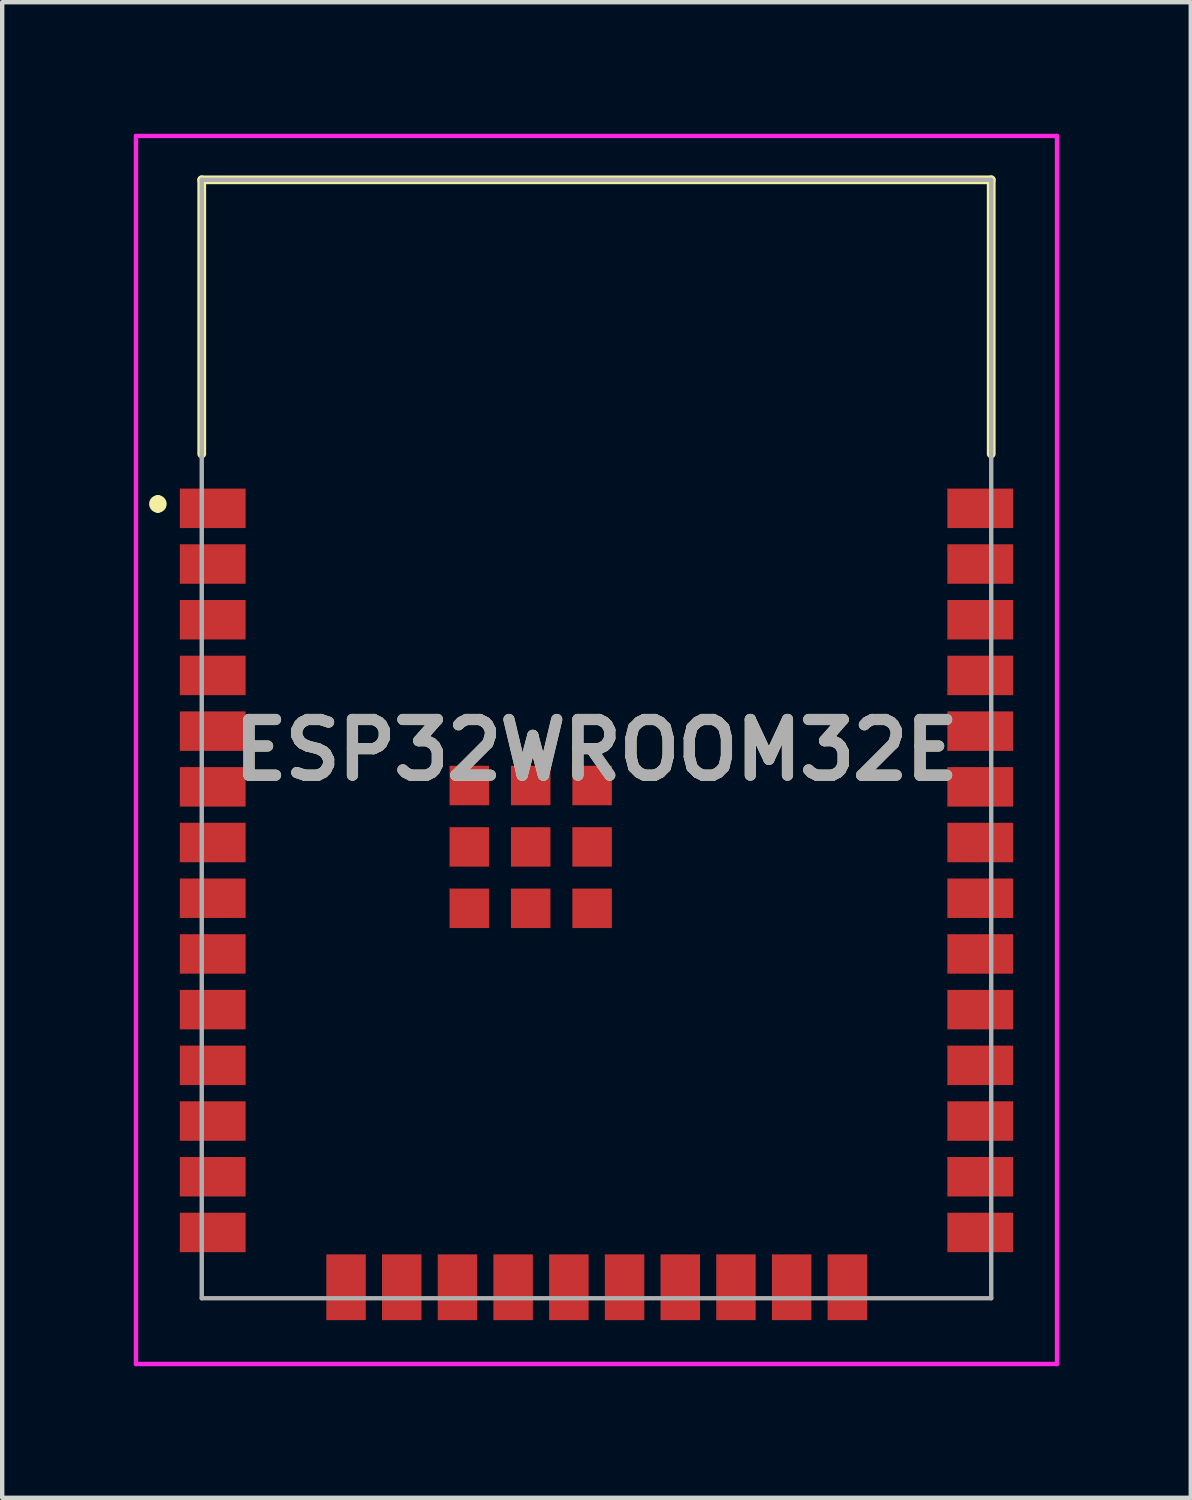
<source format=kicad_pcb>
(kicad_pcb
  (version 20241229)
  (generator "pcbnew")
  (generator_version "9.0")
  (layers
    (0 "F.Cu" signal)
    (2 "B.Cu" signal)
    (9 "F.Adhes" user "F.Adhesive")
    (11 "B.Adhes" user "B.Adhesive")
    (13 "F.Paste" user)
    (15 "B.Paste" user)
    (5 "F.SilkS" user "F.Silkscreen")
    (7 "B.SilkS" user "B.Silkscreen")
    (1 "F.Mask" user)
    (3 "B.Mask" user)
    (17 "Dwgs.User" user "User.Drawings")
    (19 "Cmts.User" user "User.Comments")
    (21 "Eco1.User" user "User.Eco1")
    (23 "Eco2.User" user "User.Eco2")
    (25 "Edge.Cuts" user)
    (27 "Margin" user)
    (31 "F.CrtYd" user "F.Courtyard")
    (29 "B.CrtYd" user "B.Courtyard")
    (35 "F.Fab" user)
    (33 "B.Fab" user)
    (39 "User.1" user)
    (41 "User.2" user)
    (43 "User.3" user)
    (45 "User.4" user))
  (footprint "ESP32WROOM32E"
    (layer "F.Cu")
    (at 1.55 26.55)
    (property "Reference" "ESP32WROOM32E" (at 9 -12.5 0) (layer "F.SilkS") (effects (font (size 1.27 1.27) (thickness 0.254))))
    (attr smd)
    (fp_line (start -1 -18.21) (end -1 -18.21) (stroke (width 0.2) (type solid)) (layer "F.SilkS"))
    (fp_line (start -1 -18.01) (end -1 -18.01) (stroke (width 0.2) (type solid)) (layer "F.SilkS"))
    (fp_line (start 0 -25.5) (end 0 -19.25) (stroke (width 0.2) (type solid)) (layer "F.SilkS"))
    (fp_line (start 18 -25.5) (end 0 -25.5) (stroke (width 0.2) (type solid)) (layer "F.SilkS"))
    (fp_line (start 18 -19.25) (end 18 -25.5) (stroke (width 0.2) (type solid)) (layer "F.SilkS"))
    (fp_arc (start -1 -18.21) (mid -0.9 -18.11) (end -1 -18.01) (stroke (width 0.2) (type solid)) (layer "F.SilkS"))
    (fp_arc (start -1 -18.01) (mid -1.1 -18.11) (end -1 -18.21) (stroke (width 0.2) (type solid)) (layer "F.SilkS"))
    (fp_line (start -1.5 -26.5) (end 19.5 -26.5) (stroke (width 0.1) (type solid)) (layer "F.CrtYd"))
    (fp_line (start -1.5 1.5) (end -1.5 -26.5) (stroke (width 0.1) (type solid)) (layer "F.CrtYd"))
    (fp_line (start 19.5 -26.5) (end 19.5 1.5) (stroke (width 0.1) (type solid)) (layer "F.CrtYd"))
    (fp_line (start 19.5 1.5) (end -1.5 1.5) (stroke (width 0.1) (type solid)) (layer "F.CrtYd"))
    (fp_line (start 0 -25.5) (end 18 -25.5) (stroke (width 0.1) (type solid)) (layer "F.Fab"))
    (fp_line (start 0 0) (end 0 -25.5) (stroke (width 0.1) (type solid)) (layer "F.Fab"))
    (fp_line (start 18 -25.5) (end 18 0) (stroke (width 0.1) (type solid)) (layer "F.Fab"))
    (fp_line (start 18 0) (end 0 0) (stroke (width 0.1) (type solid)) (layer "F.Fab"))
    (fp_text user "${REFERENCE}" (at 9 -12.5 0) (layer "F.Fab") (effects (font (size 1.27 1.27) (thickness 0.254))))
    (pad "1" smd rect (at 0.25 -18.01 90) (size 0.9 1.5) (layers "F.Cu" "F.Mask" "F.Paste"))
    (pad "2" smd rect (at 0.25 -16.74 90) (size 0.9 1.5) (layers "F.Cu" "F.Mask" "F.Paste"))
    (pad "3" smd rect (at 0.25 -15.47 90) (size 0.9 1.5) (layers "F.Cu" "F.Mask" "F.Paste"))
    (pad "4" smd rect (at 0.25 -14.2 90) (size 0.9 1.5) (layers "F.Cu" "F.Mask" "F.Paste"))
    (pad "5" smd rect (at 0.25 -12.93 90) (size 0.9 1.5) (layers "F.Cu" "F.Mask" "F.Paste"))
    (pad "6" smd rect (at 0.25 -11.66 90) (size 0.9 1.5) (layers "F.Cu" "F.Mask" "F.Paste"))
    (pad "7" smd rect (at 0.25 -10.39 90) (size 0.9 1.5) (layers "F.Cu" "F.Mask" "F.Paste"))
    (pad "8" smd rect (at 0.25 -9.12 90) (size 0.9 1.5) (layers "F.Cu" "F.Mask" "F.Paste"))
    (pad "9" smd rect (at 0.25 -7.85 90) (size 0.9 1.5) (layers "F.Cu" "F.Mask" "F.Paste"))
    (pad "10" smd rect (at 0.25 -6.58 90) (size 0.9 1.5) (layers "F.Cu" "F.Mask" "F.Paste"))
    (pad "11" smd rect (at 0.25 -5.31 90) (size 0.9 1.5) (layers "F.Cu" "F.Mask" "F.Paste"))
    (pad "12" smd rect (at 0.25 -4.04 90) (size 0.9 1.5) (layers "F.Cu" "F.Mask" "F.Paste"))
    (pad "13" smd rect (at 0.25 -2.77 90) (size 0.9 1.5) (layers "F.Cu" "F.Mask" "F.Paste"))
    (pad "14" smd rect (at 0.25 -1.5 90) (size 0.9 1.5) (layers "F.Cu" "F.Mask" "F.Paste"))
    (pad "15" smd rect (at 3.29 -0.25) (size 0.9 1.5) (layers "F.Cu" "F.Mask" "F.Paste"))
    (pad "16" smd rect (at 4.56 -0.25) (size 0.9 1.5) (layers "F.Cu" "F.Mask" "F.Paste"))
    (pad "17" smd rect (at 5.83 -0.25) (size 0.9 1.5) (layers "F.Cu" "F.Mask" "F.Paste"))
    (pad "18" smd rect (at 7.1 -0.25) (size 0.9 1.5) (layers "F.Cu" "F.Mask" "F.Paste"))
    (pad "19" smd rect (at 8.37 -0.25) (size 0.9 1.5) (layers "F.Cu" "F.Mask" "F.Paste"))
    (pad "20" smd rect (at 9.64 -0.25) (size 0.9 1.5) (layers "F.Cu" "F.Mask" "F.Paste"))
    (pad "21" smd rect (at 10.91 -0.25) (size 0.9 1.5) (layers "F.Cu" "F.Mask" "F.Paste"))
    (pad "22" smd rect (at 12.18 -0.25) (size 0.9 1.5) (layers "F.Cu" "F.Mask" "F.Paste"))
    (pad "23" smd rect (at 13.45 -0.25) (size 0.9 1.5) (layers "F.Cu" "F.Mask" "F.Paste"))
    (pad "24" smd rect (at 14.72 -0.25) (size 0.9 1.5) (layers "F.Cu" "F.Mask" "F.Paste"))
    (pad "25" smd rect (at 17.75 -1.5 90) (size 0.9 1.5) (layers "F.Cu" "F.Mask" "F.Paste"))
    (pad "26" smd rect (at 17.75 -2.77 90) (size 0.9 1.5) (layers "F.Cu" "F.Mask" "F.Paste"))
    (pad "27" smd rect (at 17.75 -4.04 90) (size 0.9 1.5) (layers "F.Cu" "F.Mask" "F.Paste"))
    (pad "28" smd rect (at 17.75 -5.31 90) (size 0.9 1.5) (layers "F.Cu" "F.Mask" "F.Paste"))
    (pad "29" smd rect (at 17.75 -6.58 90) (size 0.9 1.5) (layers "F.Cu" "F.Mask" "F.Paste"))
    (pad "30" smd rect (at 17.75 -7.85 90) (size 0.9 1.5) (layers "F.Cu" "F.Mask" "F.Paste"))
    (pad "31" smd rect (at 17.75 -9.12 90) (size 0.9 1.5) (layers "F.Cu" "F.Mask" "F.Paste"))
    (pad "32" smd rect (at 17.75 -10.39 90) (size 0.9 1.5) (layers "F.Cu" "F.Mask" "F.Paste"))
    (pad "33" smd rect (at 17.75 -11.66 90) (size 0.9 1.5) (layers "F.Cu" "F.Mask" "F.Paste"))
    (pad "34" smd rect (at 17.75 -12.93 90) (size 0.9 1.5) (layers "F.Cu" "F.Mask" "F.Paste"))
    (pad "35" smd rect (at 17.75 -14.2 90) (size 0.9 1.5) (layers "F.Cu" "F.Mask" "F.Paste"))
    (pad "36" smd rect (at 17.75 -15.47 90) (size 0.9 1.5) (layers "F.Cu" "F.Mask" "F.Paste"))
    (pad "37" smd rect (at 17.75 -16.74 90) (size 0.9 1.5) (layers "F.Cu" "F.Mask" "F.Paste"))
    (pad "38" smd rect (at 17.75 -18.01 90) (size 0.9 1.5) (layers "F.Cu" "F.Mask" "F.Paste"))
    (pad "39" smd rect (at 7.5 -10.29) (size 0.9 0.9) (layers "F.Cu" "F.Mask" "F.Paste"))
    (pad "40" smd rect (at 7.5 -8.89) (size 0.9 0.9) (layers "F.Cu" "F.Mask" "F.Paste"))
    (pad "41" smd rect (at 8.9 -8.89) (size 0.9 0.9) (layers "F.Cu" "F.Mask" "F.Paste"))
    (pad "42" smd rect (at 8.9 -10.29) (size 0.9 0.9) (layers "F.Cu" "F.Mask" "F.Paste"))
    (pad "43" smd rect (at 8.9 -11.69) (size 0.9 0.9) (layers "F.Cu" "F.Mask" "F.Paste"))
    (pad "44" smd rect (at 7.5 -11.69) (size 0.9 0.9) (layers "F.Cu" "F.Mask" "F.Paste"))
    (pad "45" smd rect (at 6.1 -11.69) (size 0.9 0.9) (layers "F.Cu" "F.Mask" "F.Paste"))
    (pad "46" smd rect (at 6.1 -10.29) (size 0.9 0.9) (layers "F.Cu" "F.Mask" "F.Paste"))
    (pad "47" smd rect (at 6.1 -8.89) (size 0.9 0.9) (layers "F.Cu" "F.Mask" "F.Paste")))
  (gr_rect
    (start -3 -3)
    (end 24.1 31.1)
    (stroke (width 0.1) (type default))
    (fill no)
    (layer "Edge.Cuts")))
</source>
